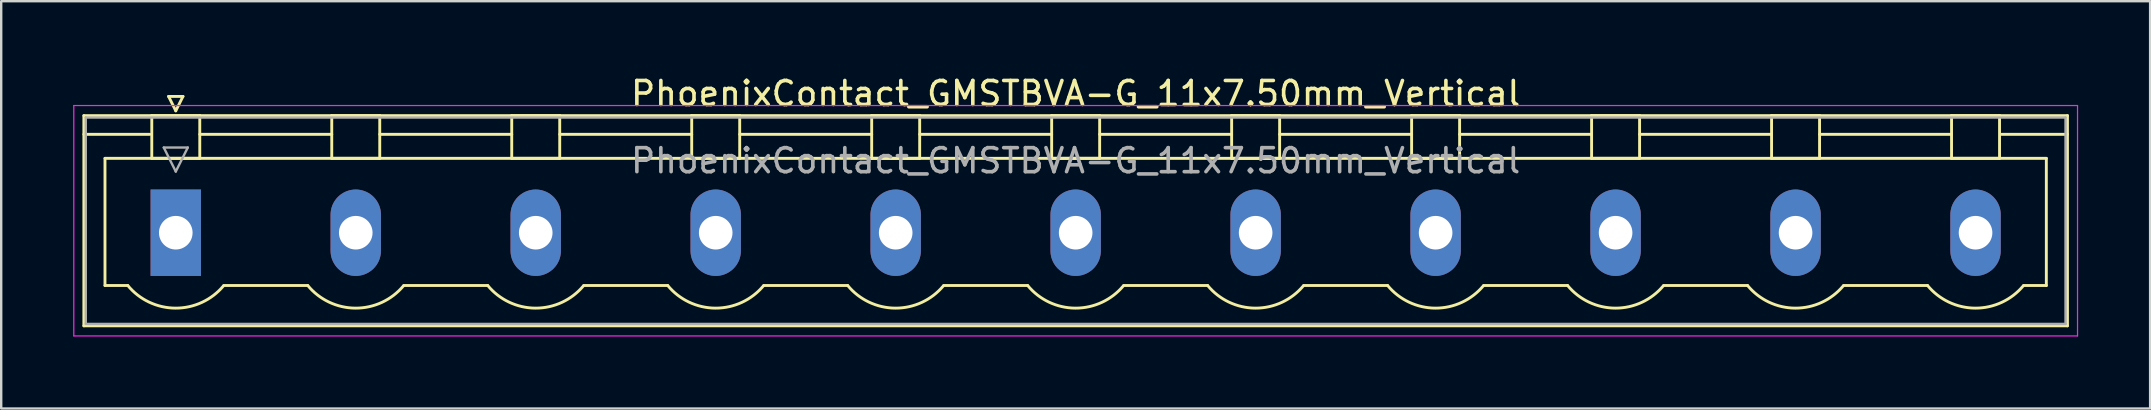
<source format=kicad_pcb>
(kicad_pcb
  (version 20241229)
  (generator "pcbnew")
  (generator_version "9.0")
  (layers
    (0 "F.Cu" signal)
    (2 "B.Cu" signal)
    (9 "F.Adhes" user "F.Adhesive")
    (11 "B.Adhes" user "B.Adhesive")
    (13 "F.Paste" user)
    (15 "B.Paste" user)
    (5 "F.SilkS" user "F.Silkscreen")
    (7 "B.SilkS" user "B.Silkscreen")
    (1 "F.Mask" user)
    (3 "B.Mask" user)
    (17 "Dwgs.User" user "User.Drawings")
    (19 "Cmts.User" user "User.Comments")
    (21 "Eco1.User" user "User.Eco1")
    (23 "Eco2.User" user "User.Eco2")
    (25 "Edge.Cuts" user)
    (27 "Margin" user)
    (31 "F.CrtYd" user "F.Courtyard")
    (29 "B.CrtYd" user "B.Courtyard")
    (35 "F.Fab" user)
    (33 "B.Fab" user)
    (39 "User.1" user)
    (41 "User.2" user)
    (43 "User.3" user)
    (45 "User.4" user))
  (footprint "PhoenixContact_GMSTBVA-G_11x7.50mm_Vertical"
    (layer "F.Cu")
    (at 4.275 6.648)
    (property "Reference" "PhoenixContact_GMSTBVA-G_11x7.50mm_Vertical" (at 37.5 -5.8 0) (layer "F.SilkS") (effects (font (size 1 1) (thickness 0.15))))
    (attr through_hole)
    (fp_line (start -3.83 -4.88) (end -3.83 3.88) (stroke (width 0.12) (type solid)) (layer "F.SilkS"))
    (fp_line (start -3.83 -4.1) (end -1.08 -4.1) (stroke (width 0.12) (type solid)) (layer "F.SilkS"))
    (fp_line (start -3.83 3.88) (end 78.83 3.88) (stroke (width 0.12) (type solid)) (layer "F.SilkS"))
    (fp_line (start -2.95 -3.1) (end 77.95 -3.1) (stroke (width 0.12) (type solid)) (layer "F.SilkS"))
    (fp_line (start -2.95 2.2) (end -2.95 -3.1) (stroke (width 0.12) (type solid)) (layer "F.SilkS"))
    (fp_line (start -2 2.2) (end -2.95 2.2) (stroke (width 0.12) (type solid)) (layer "F.SilkS"))
    (fp_line (start -1 -4.88) (end 1 -4.88) (stroke (width 0.12) (type solid)) (layer "F.SilkS"))
    (fp_line (start -1 -3.1) (end -1 -4.88) (stroke (width 0.12) (type solid)) (layer "F.SilkS"))
    (fp_line (start -0.3 -5.68) (end 0.3 -5.68) (stroke (width 0.12) (type solid)) (layer "F.SilkS"))
    (fp_line (start 0 -5.08) (end -0.3 -5.68) (stroke (width 0.12) (type solid)) (layer "F.SilkS"))
    (fp_line (start 0.3 -5.68) (end 0 -5.08) (stroke (width 0.12) (type solid)) (layer "F.SilkS"))
    (fp_line (start 1 -4.88) (end 1 -3.1) (stroke (width 0.12) (type solid)) (layer "F.SilkS"))
    (fp_line (start 1 -4.1) (end 6.5 -4.1) (stroke (width 0.12) (type solid)) (layer "F.SilkS"))
    (fp_line (start 1 -3.1) (end -1 -3.1) (stroke (width 0.12) (type solid)) (layer "F.SilkS"))
    (fp_line (start 2 2.2) (end 5.5 2.2) (stroke (width 0.12) (type solid)) (layer "F.SilkS"))
    (fp_line (start 6.5 -4.88) (end 8.5 -4.88) (stroke (width 0.12) (type solid)) (layer "F.SilkS"))
    (fp_line (start 6.5 -3.1) (end 6.5 -4.88) (stroke (width 0.12) (type solid)) (layer "F.SilkS"))
    (fp_line (start 8.5 -4.88) (end 8.5 -3.1) (stroke (width 0.12) (type solid)) (layer "F.SilkS"))
    (fp_line (start 8.5 -4.1) (end 14 -4.1) (stroke (width 0.12) (type solid)) (layer "F.SilkS"))
    (fp_line (start 8.5 -3.1) (end 6.5 -3.1) (stroke (width 0.12) (type solid)) (layer "F.SilkS"))
    (fp_line (start 9.5 2.2) (end 13 2.2) (stroke (width 0.12) (type solid)) (layer "F.SilkS"))
    (fp_line (start 14 -4.88) (end 16 -4.88) (stroke (width 0.12) (type solid)) (layer "F.SilkS"))
    (fp_line (start 14 -3.1) (end 14 -4.88) (stroke (width 0.12) (type solid)) (layer "F.SilkS"))
    (fp_line (start 16 -4.88) (end 16 -3.1) (stroke (width 0.12) (type solid)) (layer "F.SilkS"))
    (fp_line (start 16 -4.1) (end 21.5 -4.1) (stroke (width 0.12) (type solid)) (layer "F.SilkS"))
    (fp_line (start 16 -3.1) (end 14 -3.1) (stroke (width 0.12) (type solid)) (layer "F.SilkS"))
    (fp_line (start 17 2.2) (end 20.5 2.2) (stroke (width 0.12) (type solid)) (layer "F.SilkS"))
    (fp_line (start 21.5 -4.88) (end 23.5 -4.88) (stroke (width 0.12) (type solid)) (layer "F.SilkS"))
    (fp_line (start 21.5 -3.1) (end 21.5 -4.88) (stroke (width 0.12) (type solid)) (layer "F.SilkS"))
    (fp_line (start 23.5 -4.88) (end 23.5 -3.1) (stroke (width 0.12) (type solid)) (layer "F.SilkS"))
    (fp_line (start 23.5 -4.1) (end 29 -4.1) (stroke (width 0.12) (type solid)) (layer "F.SilkS"))
    (fp_line (start 23.5 -3.1) (end 21.5 -3.1) (stroke (width 0.12) (type solid)) (layer "F.SilkS"))
    (fp_line (start 24.5 2.2) (end 28 2.2) (stroke (width 0.12) (type solid)) (layer "F.SilkS"))
    (fp_line (start 29 -4.88) (end 31 -4.88) (stroke (width 0.12) (type solid)) (layer "F.SilkS"))
    (fp_line (start 29 -3.1) (end 29 -4.88) (stroke (width 0.12) (type solid)) (layer "F.SilkS"))
    (fp_line (start 31 -4.88) (end 31 -3.1) (stroke (width 0.12) (type solid)) (layer "F.SilkS"))
    (fp_line (start 31 -4.1) (end 36.5 -4.1) (stroke (width 0.12) (type solid)) (layer "F.SilkS"))
    (fp_line (start 31 -3.1) (end 29 -3.1) (stroke (width 0.12) (type solid)) (layer "F.SilkS"))
    (fp_line (start 32 2.2) (end 35.5 2.2) (stroke (width 0.12) (type solid)) (layer "F.SilkS"))
    (fp_line (start 36.5 -4.88) (end 38.5 -4.88) (stroke (width 0.12) (type solid)) (layer "F.SilkS"))
    (fp_line (start 36.5 -3.1) (end 36.5 -4.88) (stroke (width 0.12) (type solid)) (layer "F.SilkS"))
    (fp_line (start 38.5 -4.88) (end 38.5 -3.1) (stroke (width 0.12) (type solid)) (layer "F.SilkS"))
    (fp_line (start 38.5 -4.1) (end 44 -4.1) (stroke (width 0.12) (type solid)) (layer "F.SilkS"))
    (fp_line (start 38.5 -3.1) (end 36.5 -3.1) (stroke (width 0.12) (type solid)) (layer "F.SilkS"))
    (fp_line (start 39.5 2.2) (end 43 2.2) (stroke (width 0.12) (type solid)) (layer "F.SilkS"))
    (fp_line (start 44 -4.88) (end 46 -4.88) (stroke (width 0.12) (type solid)) (layer "F.SilkS"))
    (fp_line (start 44 -3.1) (end 44 -4.88) (stroke (width 0.12) (type solid)) (layer "F.SilkS"))
    (fp_line (start 46 -4.88) (end 46 -3.1) (stroke (width 0.12) (type solid)) (layer "F.SilkS"))
    (fp_line (start 46 -4.1) (end 51.5 -4.1) (stroke (width 0.12) (type solid)) (layer "F.SilkS"))
    (fp_line (start 46 -3.1) (end 44 -3.1) (stroke (width 0.12) (type solid)) (layer "F.SilkS"))
    (fp_line (start 47 2.2) (end 50.5 2.2) (stroke (width 0.12) (type solid)) (layer "F.SilkS"))
    (fp_line (start 51.5 -4.88) (end 53.5 -4.88) (stroke (width 0.12) (type solid)) (layer "F.SilkS"))
    (fp_line (start 51.5 -3.1) (end 51.5 -4.88) (stroke (width 0.12) (type solid)) (layer "F.SilkS"))
    (fp_line (start 53.5 -4.88) (end 53.5 -3.1) (stroke (width 0.12) (type solid)) (layer "F.SilkS"))
    (fp_line (start 53.5 -4.1) (end 59 -4.1) (stroke (width 0.12) (type solid)) (layer "F.SilkS"))
    (fp_line (start 53.5 -3.1) (end 51.5 -3.1) (stroke (width 0.12) (type solid)) (layer "F.SilkS"))
    (fp_line (start 54.5 2.2) (end 58 2.2) (stroke (width 0.12) (type solid)) (layer "F.SilkS"))
    (fp_line (start 59 -4.88) (end 61 -4.88) (stroke (width 0.12) (type solid)) (layer "F.SilkS"))
    (fp_line (start 59 -3.1) (end 59 -4.88) (stroke (width 0.12) (type solid)) (layer "F.SilkS"))
    (fp_line (start 61 -4.88) (end 61 -3.1) (stroke (width 0.12) (type solid)) (layer "F.SilkS"))
    (fp_line (start 61 -4.1) (end 66.5 -4.1) (stroke (width 0.12) (type solid)) (layer "F.SilkS"))
    (fp_line (start 61 -3.1) (end 59 -3.1) (stroke (width 0.12) (type solid)) (layer "F.SilkS"))
    (fp_line (start 62 2.2) (end 65.5 2.2) (stroke (width 0.12) (type solid)) (layer "F.SilkS"))
    (fp_line (start 66.5 -4.88) (end 68.5 -4.88) (stroke (width 0.12) (type solid)) (layer "F.SilkS"))
    (fp_line (start 66.5 -3.1) (end 66.5 -4.88) (stroke (width 0.12) (type solid)) (layer "F.SilkS"))
    (fp_line (start 68.5 -4.88) (end 68.5 -3.1) (stroke (width 0.12) (type solid)) (layer "F.SilkS"))
    (fp_line (start 68.5 -4.1) (end 74 -4.1) (stroke (width 0.12) (type solid)) (layer "F.SilkS"))
    (fp_line (start 68.5 -3.1) (end 66.5 -3.1) (stroke (width 0.12) (type solid)) (layer "F.SilkS"))
    (fp_line (start 69.5 2.2) (end 73 2.2) (stroke (width 0.12) (type solid)) (layer "F.SilkS"))
    (fp_line (start 74 -4.88) (end 76 -4.88) (stroke (width 0.12) (type solid)) (layer "F.SilkS"))
    (fp_line (start 74 -3.1) (end 74 -4.88) (stroke (width 0.12) (type solid)) (layer "F.SilkS"))
    (fp_line (start 76 -4.88) (end 76 -3.1) (stroke (width 0.12) (type solid)) (layer "F.SilkS"))
    (fp_line (start 76 -3.1) (end 74 -3.1) (stroke (width 0.12) (type solid)) (layer "F.SilkS"))
    (fp_line (start 77.95 -3.1) (end 77.95 2.2) (stroke (width 0.12) (type solid)) (layer "F.SilkS"))
    (fp_line (start 77.95 2.2) (end 77 2.2) (stroke (width 0.12) (type solid)) (layer "F.SilkS"))
    (fp_line (start 78.83 -4.88) (end -3.83 -4.88) (stroke (width 0.12) (type solid)) (layer "F.SilkS"))
    (fp_line (start 78.83 -4.1) (end 76.08 -4.1) (stroke (width 0.12) (type solid)) (layer "F.SilkS"))
    (fp_line (start 78.83 3.88) (end 78.83 -4.88) (stroke (width 0.12) (type solid)) (layer "F.SilkS"))
    (fp_arc (start 1.986842 2.215821) (mid -0.010289 3.142758) (end -2 2.2) (stroke (width 0.12) (type solid)) (layer "F.SilkS"))
    (fp_arc (start 9.486842 2.215821) (mid 7.489711 3.142758) (end 5.5 2.2) (stroke (width 0.12) (type solid)) (layer "F.SilkS"))
    (fp_arc (start 16.986842 2.215821) (mid 14.989711 3.142758) (end 13 2.2) (stroke (width 0.12) (type solid)) (layer "F.SilkS"))
    (fp_arc (start 24.486842 2.215821) (mid 22.489711 3.142758) (end 20.5 2.2) (stroke (width 0.12) (type solid)) (layer "F.SilkS"))
    (fp_arc (start 31.986842 2.215821) (mid 29.989711 3.142758) (end 28 2.2) (stroke (width 0.12) (type solid)) (layer "F.SilkS"))
    (fp_arc (start 39.486842 2.215821) (mid 37.489711 3.142758) (end 35.5 2.2) (stroke (width 0.12) (type solid)) (layer "F.SilkS"))
    (fp_arc (start 46.986842 2.215821) (mid 44.989711 3.142758) (end 43 2.2) (stroke (width 0.12) (type solid)) (layer "F.SilkS"))
    (fp_arc (start 54.486842 2.215821) (mid 52.489711 3.142758) (end 50.5 2.2) (stroke (width 0.12) (type solid)) (layer "F.SilkS"))
    (fp_arc (start 61.986842 2.215821) (mid 59.989711 3.142758) (end 58 2.2) (stroke (width 0.12) (type solid)) (layer "F.SilkS"))
    (fp_arc (start 69.486842 2.215821) (mid 67.489711 3.142758) (end 65.5 2.2) (stroke (width 0.12) (type solid)) (layer "F.SilkS"))
    (fp_arc (start 76.986842 2.215821) (mid 74.989711 3.142758) (end 73 2.2) (stroke (width 0.12) (type solid)) (layer "F.SilkS"))
    (fp_line (start -4.25 -5.3) (end -4.25 4.3) (stroke (width 0.05) (type solid)) (layer "F.CrtYd"))
    (fp_line (start -4.25 4.3) (end 79.25 4.3) (stroke (width 0.05) (type solid)) (layer "F.CrtYd"))
    (fp_line (start 79.25 -5.3) (end -4.25 -5.3) (stroke (width 0.05) (type solid)) (layer "F.CrtYd"))
    (fp_line (start 79.25 4.3) (end 79.25 -5.3) (stroke (width 0.05) (type solid)) (layer "F.CrtYd"))
    (fp_line (start -3.75 -4.8) (end -3.75 3.8) (stroke (width 0.1) (type solid)) (layer "F.Fab"))
    (fp_line (start -3.75 3.8) (end 78.75 3.8) (stroke (width 0.1) (type solid)) (layer "F.Fab"))
    (fp_line (start -0.5 -3.55) (end 0.5 -3.55) (stroke (width 0.1) (type solid)) (layer "F.Fab"))
    (fp_line (start 0 -2.55) (end -0.5 -3.55) (stroke (width 0.1) (type solid)) (layer "F.Fab"))
    (fp_line (start 0.5 -3.55) (end 0 -2.55) (stroke (width 0.1) (type solid)) (layer "F.Fab"))
    (fp_line (start 78.75 -4.8) (end -3.75 -4.8) (stroke (width 0.1) (type solid)) (layer "F.Fab"))
    (fp_line (start 78.75 3.8) (end 78.75 -4.8) (stroke (width 0.1) (type solid)) (layer "F.Fab"))
    (fp_text user "${REFERENCE}" (at 37.5 -3 0) (layer "F.Fab") (effects (font (size 1 1) (thickness 0.15))))
    (pad "1" thru_hole rect (at 0 0) (size 2.1 3.6) (drill 1.4) (layers "*.Cu" "*.Mask"))
    (pad "2" thru_hole oval (at 7.5 0) (size 2.1 3.6) (drill 1.4) (layers "*.Cu" "*.Mask"))
    (pad "3" thru_hole oval (at 15 0) (size 2.1 3.6) (drill 1.4) (layers "*.Cu" "*.Mask"))
    (pad "4" thru_hole oval (at 22.5 0) (size 2.1 3.6) (drill 1.4) (layers "*.Cu" "*.Mask"))
    (pad "5" thru_hole oval (at 30 0) (size 2.1 3.6) (drill 1.4) (layers "*.Cu" "*.Mask"))
    (pad "6" thru_hole oval (at 37.5 0) (size 2.1 3.6) (drill 1.4) (layers "*.Cu" "*.Mask"))
    (pad "7" thru_hole oval (at 45 0) (size 2.1 3.6) (drill 1.4) (layers "*.Cu" "*.Mask"))
    (pad "8" thru_hole oval (at 52.5 0) (size 2.1 3.6) (drill 1.4) (layers "*.Cu" "*.Mask"))
    (pad "9" thru_hole oval (at 60 0) (size 2.1 3.6) (drill 1.4) (layers "*.Cu" "*.Mask"))
    (pad "10" thru_hole oval (at 67.5 0) (size 2.1 3.6) (drill 1.4) (layers "*.Cu" "*.Mask"))
    (pad "11" thru_hole oval (at 75 0) (size 2.1 3.6) (drill 1.4) (layers "*.Cu" "*.Mask")))
  (gr_rect
    (start -3 -3)
    (end 86.55 13.973)
    (stroke (width 0.1) (type default))
    (fill no)
    (layer "Edge.Cuts")))
</source>
